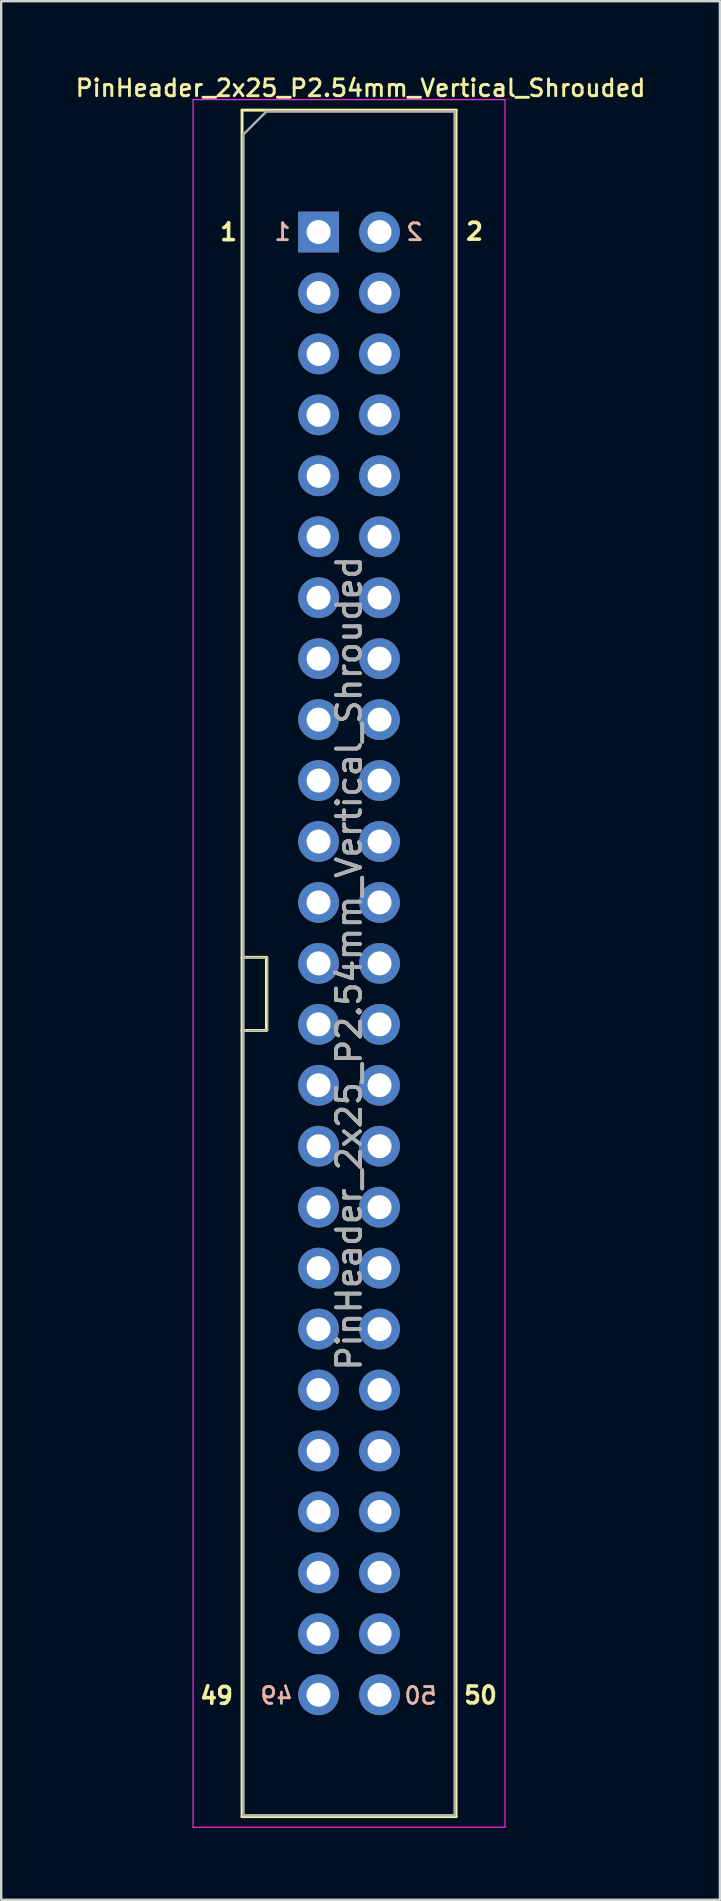
<source format=kicad_pcb>
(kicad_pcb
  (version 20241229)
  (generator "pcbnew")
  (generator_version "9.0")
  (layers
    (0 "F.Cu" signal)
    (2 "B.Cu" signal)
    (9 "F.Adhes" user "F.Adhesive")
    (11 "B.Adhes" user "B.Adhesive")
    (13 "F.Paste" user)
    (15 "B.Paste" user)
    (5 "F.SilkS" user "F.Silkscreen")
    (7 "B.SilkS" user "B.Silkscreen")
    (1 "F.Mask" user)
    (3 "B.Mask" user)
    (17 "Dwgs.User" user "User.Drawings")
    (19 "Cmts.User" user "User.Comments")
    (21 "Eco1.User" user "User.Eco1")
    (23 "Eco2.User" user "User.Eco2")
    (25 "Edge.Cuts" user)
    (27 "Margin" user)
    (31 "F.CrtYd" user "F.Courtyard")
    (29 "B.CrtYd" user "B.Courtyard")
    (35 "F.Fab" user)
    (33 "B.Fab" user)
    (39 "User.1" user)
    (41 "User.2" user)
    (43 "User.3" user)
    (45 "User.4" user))
  (footprint "PinHeader_2x25_P2.54mm_Vertical_Shrouded"
    (layer "F.Cu")
    (at 10.227 6.62)
    (property "Reference" "PinHeader_2x25_P2.54mm_Vertical_Shrouded" (at 1.75 -6 0) (layer "F.SilkS") (effects (font (size 0.7 0.7) (thickness 0.12))))
    (attr through_hole)
    (fp_line (start -3.19 -5.08) (end -3.19 66.04) (stroke (width 0.12) (type solid)) (layer "F.SilkS"))
    (fp_line (start -3.19 -5.08) (end 5.73 -5.08) (stroke (width 0.12) (type solid)) (layer "F.SilkS"))
    (fp_line (start -3.19 30.226) (end -2.174 30.226) (stroke (width 0.12) (type solid)) (layer "F.SilkS"))
    (fp_line (start -3.19 66.04) (end 5.73 66.04) (stroke (width 0.12) (type solid)) (layer "F.SilkS"))
    (fp_line (start -2.174 30.226) (end -2.174 33.274) (stroke (width 0.12) (type solid)) (layer "F.SilkS"))
    (fp_line (start -2.174 33.274) (end -3.19 33.274) (stroke (width 0.12) (type solid)) (layer "F.SilkS"))
    (fp_line (start 5.73 -5.08) (end 5.73 66.04) (stroke (width 0.12) (type solid)) (layer "F.SilkS"))
    (fp_line (start -5.23 -5.52) (end -5.23 66.48) (stroke (width 0.05) (type solid)) (layer "F.CrtYd"))
    (fp_line (start -5.23 66.48) (end 7.77 66.48) (stroke (width 0.05) (type solid)) (layer "F.CrtYd"))
    (fp_line (start 7.77 -5.52) (end -5.23 -5.52) (stroke (width 0.05) (type solid)) (layer "F.CrtYd"))
    (fp_line (start 7.77 66.48) (end 7.77 -5.52) (stroke (width 0.05) (type solid)) (layer "F.CrtYd"))
    (fp_line (start -3.13 -4.07) (end -2.18 -5.02) (stroke (width 0.1) (type solid)) (layer "F.Fab"))
    (fp_line (start -3.13 30.226) (end -2.114 30.226) (stroke (width 0.05) (type solid)) (layer "F.Fab"))
    (fp_line (start -3.13 65.98) (end -3.13 -4.07) (stroke (width 0.1) (type solid)) (layer "F.Fab"))
    (fp_line (start -2.18 -5.02) (end 5.67 -5.02) (stroke (width 0.1) (type solid)) (layer "F.Fab"))
    (fp_line (start -2.114 30.226) (end -2.114 33.274) (stroke (width 0.05) (type solid)) (layer "F.Fab"))
    (fp_line (start -2.114 33.274) (end -3.13 33.274) (stroke (width 0.05) (type solid)) (layer "F.Fab"))
    (fp_line (start 5.67 -5.02) (end 5.67 65.98) (stroke (width 0.1) (type solid)) (layer "F.Fab"))
    (fp_line (start 5.67 65.98) (end -3.13 65.98) (stroke (width 0.1) (type solid)) (layer "F.Fab"))
    (fp_text user "1" (at -3.75 0 0) (layer "F.SilkS") (effects (font (size 0.7 0.7) (thickness 0.15))))
    (fp_text user "50" (at 6.75 60.98 180) (layer "F.SilkS") (effects (font (size 0.7 0.7) (thickness 0.15))))
    (fp_text user "49" (at -4.25 61 0) (layer "F.SilkS") (effects (font (size 0.7 0.7) (thickness 0.15))))
    (fp_text user "2" (at 6.5 -0.02 180) (layer "F.SilkS") (effects (font (size 0.7 0.7) (thickness 0.15))))
    (fp_text user "50" (at 4.25 61 0) (layer "B.SilkS") (effects (font (size 0.7 0.7) (thickness 0.12)) (justify mirror)))
    (fp_text user "1" (at -1.5 0 0) (layer "B.SilkS") (effects (font (size 0.7 0.7) (thickness 0.12)) (justify mirror)))
    (fp_text user "49" (at -1.75 61 0) (layer "B.SilkS") (effects (font (size 0.7 0.7) (thickness 0.12)) (justify mirror)))
    (fp_text user "2" (at 4 0 0) (layer "B.SilkS") (effects (font (size 0.7 0.7) (thickness 0.12)) (justify mirror)))
    (fp_text user "${REFERENCE}" (at 1.27 30.48 90) (layer "F.Fab") (effects (font (size 1 1) (thickness 0.15))))
    (fp_text user "${REFERENCE}" (at 1.27 30.48 90) (layer "F.Fab") (effects (font (size 1 1) (thickness 0.15))))
    (fp_text user "${REFERENCE}" (at 1.27 30.48 90) (layer "F.Fab") (effects (font (size 1 1) (thickness 0.15))))
    (pad "1" thru_hole rect (at 0 0) (size 1.7 1.7) (drill 1) (layers "*.Cu" "*.Mask"))
    (pad "2" thru_hole oval (at 2.54 0) (size 1.7 1.7) (drill 1) (layers "*.Cu" "*.Mask"))
    (pad "3" thru_hole oval (at 0 2.54) (size 1.7 1.7) (drill 1) (layers "*.Cu" "*.Mask"))
    (pad "4" thru_hole oval (at 2.54 2.54) (size 1.7 1.7) (drill 1) (layers "*.Cu" "*.Mask"))
    (pad "5" thru_hole oval (at 0 5.08) (size 1.7 1.7) (drill 1) (layers "*.Cu" "*.Mask"))
    (pad "6" thru_hole oval (at 2.54 5.08) (size 1.7 1.7) (drill 1) (layers "*.Cu" "*.Mask"))
    (pad "7" thru_hole oval (at 0 7.62) (size 1.7 1.7) (drill 1) (layers "*.Cu" "*.Mask"))
    (pad "8" thru_hole oval (at 2.54 7.62) (size 1.7 1.7) (drill 1) (layers "*.Cu" "*.Mask"))
    (pad "9" thru_hole oval (at 0 10.16) (size 1.7 1.7) (drill 1) (layers "*.Cu" "*.Mask"))
    (pad "10" thru_hole oval (at 2.54 10.16) (size 1.7 1.7) (drill 1) (layers "*.Cu" "*.Mask"))
    (pad "11" thru_hole oval (at 0 12.7) (size 1.7 1.7) (drill 1) (layers "*.Cu" "*.Mask"))
    (pad "12" thru_hole oval (at 2.54 12.7) (size 1.7 1.7) (drill 1) (layers "*.Cu" "*.Mask"))
    (pad "13" thru_hole oval (at 0 15.24) (size 1.7 1.7) (drill 1) (layers "*.Cu" "*.Mask"))
    (pad "14" thru_hole oval (at 2.54 15.24) (size 1.7 1.7) (drill 1) (layers "*.Cu" "*.Mask"))
    (pad "15" thru_hole oval (at 0 17.78) (size 1.7 1.7) (drill 1) (layers "*.Cu" "*.Mask"))
    (pad "16" thru_hole oval (at 2.54 17.78) (size 1.7 1.7) (drill 1) (layers "*.Cu" "*.Mask"))
    (pad "17" thru_hole oval (at 0 20.32) (size 1.7 1.7) (drill 1) (layers "*.Cu" "*.Mask"))
    (pad "18" thru_hole oval (at 2.54 20.32) (size 1.7 1.7) (drill 1) (layers "*.Cu" "*.Mask"))
    (pad "19" thru_hole oval (at 0 22.86) (size 1.7 1.7) (drill 1) (layers "*.Cu" "*.Mask"))
    (pad "20" thru_hole oval (at 2.54 22.86) (size 1.7 1.7) (drill 1) (layers "*.Cu" "*.Mask"))
    (pad "21" thru_hole oval (at 0 25.4) (size 1.7 1.7) (drill 1) (layers "*.Cu" "*.Mask"))
    (pad "22" thru_hole oval (at 2.54 25.4) (size 1.7 1.7) (drill 1) (layers "*.Cu" "*.Mask"))
    (pad "23" thru_hole oval (at 0 27.94) (size 1.7 1.7) (drill 1) (layers "*.Cu" "*.Mask"))
    (pad "24" thru_hole oval (at 2.54 27.94) (size 1.7 1.7) (drill 1) (layers "*.Cu" "*.Mask"))
    (pad "25" thru_hole oval (at 0 30.48) (size 1.7 1.7) (drill 1) (layers "*.Cu" "*.Mask"))
    (pad "26" thru_hole oval (at 2.54 30.48) (size 1.7 1.7) (drill 1) (layers "*.Cu" "*.Mask"))
    (pad "27" thru_hole oval (at 0 33.02) (size 1.7 1.7) (drill 1) (layers "*.Cu" "*.Mask"))
    (pad "28" thru_hole oval (at 2.54 33.02) (size 1.7 1.7) (drill 1) (layers "*.Cu" "*.Mask"))
    (pad "29" thru_hole oval (at 0 35.56) (size 1.7 1.7) (drill 1) (layers "*.Cu" "*.Mask"))
    (pad "30" thru_hole oval (at 2.54 35.56) (size 1.7 1.7) (drill 1) (layers "*.Cu" "*.Mask"))
    (pad "31" thru_hole oval (at 0 38.1) (size 1.7 1.7) (drill 1) (layers "*.Cu" "*.Mask"))
    (pad "32" thru_hole oval (at 2.54 38.1) (size 1.7 1.7) (drill 1) (layers "*.Cu" "*.Mask"))
    (pad "33" thru_hole oval (at 0 40.64) (size 1.7 1.7) (drill 1) (layers "*.Cu" "*.Mask"))
    (pad "34" thru_hole oval (at 2.54 40.64) (size 1.7 1.7) (drill 1) (layers "*.Cu" "*.Mask"))
    (pad "35" thru_hole oval (at 0 43.18) (size 1.7 1.7) (drill 1) (layers "*.Cu" "*.Mask"))
    (pad "36" thru_hole oval (at 2.54 43.18) (size 1.7 1.7) (drill 1) (layers "*.Cu" "*.Mask"))
    (pad "37" thru_hole oval (at 0 45.72) (size 1.7 1.7) (drill 1) (layers "*.Cu" "*.Mask"))
    (pad "38" thru_hole oval (at 2.54 45.72) (size 1.7 1.7) (drill 1) (layers "*.Cu" "*.Mask"))
    (pad "39" thru_hole oval (at 0 48.26) (size 1.7 1.7) (drill 1) (layers "*.Cu" "*.Mask"))
    (pad "40" thru_hole oval (at 2.54 48.26) (size 1.7 1.7) (drill 1) (layers "*.Cu" "*.Mask"))
    (pad "41" thru_hole oval (at 0 50.8) (size 1.7 1.7) (drill 1) (layers "*.Cu" "*.Mask"))
    (pad "42" thru_hole oval (at 2.54 50.8) (size 1.7 1.7) (drill 1) (layers "*.Cu" "*.Mask"))
    (pad "43" thru_hole oval (at 0 53.34) (size 1.7 1.7) (drill 1) (layers "*.Cu" "*.Mask"))
    (pad "44" thru_hole oval (at 2.54 53.34) (size 1.7 1.7) (drill 1) (layers "*.Cu" "*.Mask"))
    (pad "45" thru_hole oval (at 0 55.88) (size 1.7 1.7) (drill 1) (layers "*.Cu" "*.Mask"))
    (pad "46" thru_hole oval (at 2.54 55.88) (size 1.7 1.7) (drill 1) (layers "*.Cu" "*.Mask"))
    (pad "47" thru_hole oval (at 0 58.42) (size 1.7 1.7) (drill 1) (layers "*.Cu" "*.Mask"))
    (pad "48" thru_hole oval (at 2.54 58.42) (size 1.7 1.7) (drill 1) (layers "*.Cu" "*.Mask"))
    (pad "49" thru_hole oval (at 0 60.96) (size 1.7 1.7) (drill 1) (layers "*.Cu" "*.Mask"))
    (pad "50" thru_hole oval (at 2.54 60.96) (size 1.7 1.7) (drill 1) (layers "*.Cu" "*.Mask")))
  (gr_rect
    (start -3 -3)
    (end 26.953 76.125)
    (stroke (width 0.1) (type default))
    (fill no)
    (layer "Edge.Cuts")))
</source>
